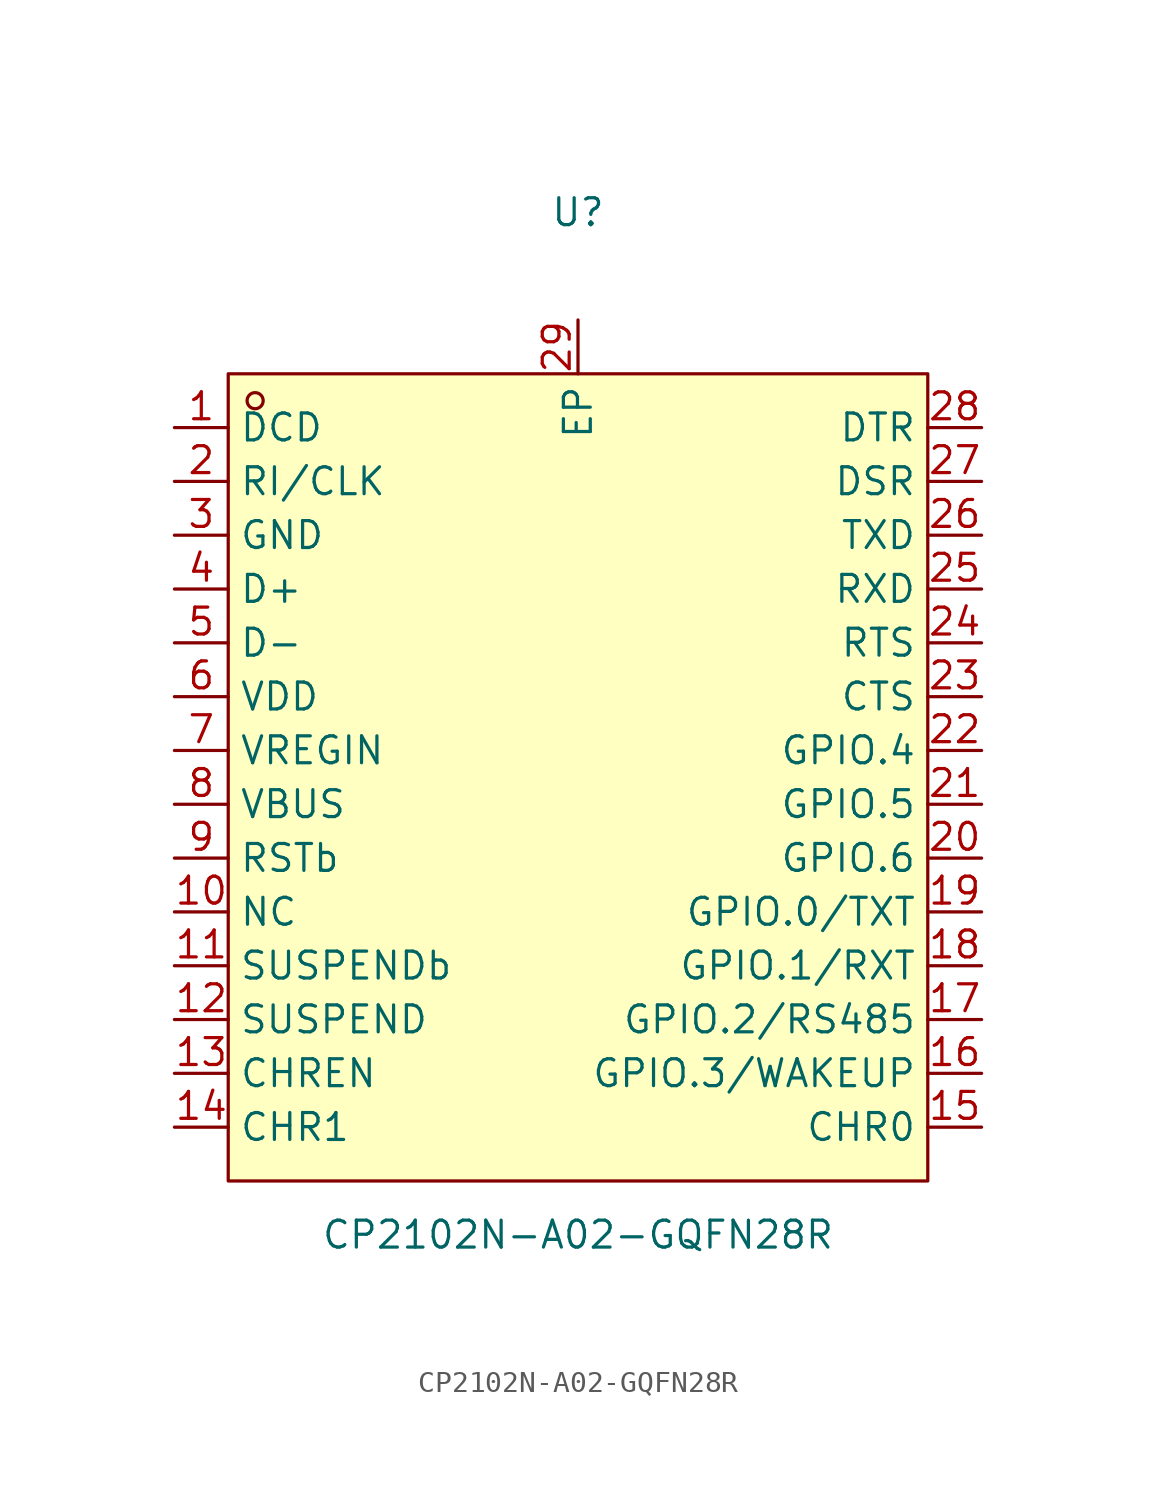
<source format=kicad_sym>
(kicad_symbol_lib
  (version 20211014)
  (generator https://github.com/uPesy/easyeda2kicad.py)
  (symbol "CP2102N-A02-GQFN28R"
    (property "Reference" "U"
      (at 0 26.67 0)
      (effects (font (size 1.27 1.27))))
    (property "Value" "CP2102N-A02-GQFN28R"
      (at 0 -21.59 0)
      (effects (font (size 1.27 1.27))))
    (symbol "CP2102N-A02-GQFN28R_0_1"
      (rectangle (start -16.51 19.05) (end 16.51 -19.05) (stroke (width 0) (type default) (color 0 0 0 0)) (fill (type background)))
      (circle (center -15.24 17.78) (radius 0.38) (stroke (width 0) (type default) (color 0 0 0 0)) (fill (type none)))
      (pin unspecified line (at -19.05 16.51 0) (length 2.54) (name "DCD" (effects (font (size 1.27 1.27)))) (number "1" (effects (font (size 1.27 1.27)))))
      (pin unspecified line (at -19.05 13.97 0) (length 2.54) (name "RI/CLK" (effects (font (size 1.27 1.27)))) (number "2" (effects (font (size 1.27 1.27)))))
      (pin unspecified line (at -19.05 11.43 0) (length 2.54) (name "GND" (effects (font (size 1.27 1.27)))) (number "3" (effects (font (size 1.27 1.27)))))
      (pin unspecified line (at -19.05 8.89 0) (length 2.54) (name "D+" (effects (font (size 1.27 1.27)))) (number "4" (effects (font (size 1.27 1.27)))))
      (pin unspecified line (at -19.05 6.35 0) (length 2.54) (name "D-" (effects (font (size 1.27 1.27)))) (number "5" (effects (font (size 1.27 1.27)))))
      (pin unspecified line (at -19.05 3.81 0) (length 2.54) (name "VDD" (effects (font (size 1.27 1.27)))) (number "6" (effects (font (size 1.27 1.27)))))
      (pin unspecified line (at -19.05 1.27 0) (length 2.54) (name "VREGIN" (effects (font (size 1.27 1.27)))) (number "7" (effects (font (size 1.27 1.27)))))
      (pin unspecified line (at -19.05 -1.27 0) (length 2.54) (name "VBUS" (effects (font (size 1.27 1.27)))) (number "8" (effects (font (size 1.27 1.27)))))
      (pin unspecified line (at -19.05 -3.81 0) (length 2.54) (name "RSTb" (effects (font (size 1.27 1.27)))) (number "9" (effects (font (size 1.27 1.27)))))
      (pin unspecified line (at -19.05 -6.35 0) (length 2.54) (name "NC" (effects (font (size 1.27 1.27)))) (number "10" (effects (font (size 1.27 1.27)))))
      (pin unspecified line (at -19.05 -8.89 0) (length 2.54) (name "SUSPENDb" (effects (font (size 1.27 1.27)))) (number "11" (effects (font (size 1.27 1.27)))))
      (pin unspecified line (at -19.05 -11.43 0) (length 2.54) (name "SUSPEND" (effects (font (size 1.27 1.27)))) (number "12" (effects (font (size 1.27 1.27)))))
      (pin unspecified line (at -19.05 -13.97 0) (length 2.54) (name "CHREN" (effects (font (size 1.27 1.27)))) (number "13" (effects (font (size 1.27 1.27)))))
      (pin unspecified line (at -19.05 -16.51 0) (length 2.54) (name "CHR1" (effects (font (size 1.27 1.27)))) (number "14" (effects (font (size 1.27 1.27)))))
      (pin unspecified line (at 19.05 -16.51 180) (length 2.54) (name "CHR0" (effects (font (size 1.27 1.27)))) (number "15" (effects (font (size 1.27 1.27)))))
      (pin unspecified line (at 19.05 -13.97 180) (length 2.54) (name "GPIO.3/WAKEUP" (effects (font (size 1.27 1.27)))) (number "16" (effects (font (size 1.27 1.27)))))
      (pin unspecified line (at 19.05 -11.43 180) (length 2.54) (name "GPIO.2/RS485" (effects (font (size 1.27 1.27)))) (number "17" (effects (font (size 1.27 1.27)))))
      (pin unspecified line (at 19.05 -8.89 180) (length 2.54) (name "GPIO.1/RXT" (effects (font (size 1.27 1.27)))) (number "18" (effects (font (size 1.27 1.27)))))
      (pin unspecified line (at 19.05 -6.35 180) (length 2.54) (name "GPIO.0/TXT" (effects (font (size 1.27 1.27)))) (number "19" (effects (font (size 1.27 1.27)))))
      (pin unspecified line (at 19.05 -3.81 180) (length 2.54) (name "GPIO.6" (effects (font (size 1.27 1.27)))) (number "20" (effects (font (size 1.27 1.27)))))
      (pin unspecified line (at 19.05 -1.27 180) (length 2.54) (name "GPIO.5" (effects (font (size 1.27 1.27)))) (number "21" (effects (font (size 1.27 1.27)))))
      (pin unspecified line (at 19.05 1.27 180) (length 2.54) (name "GPIO.4" (effects (font (size 1.27 1.27)))) (number "22" (effects (font (size 1.27 1.27)))))
      (pin unspecified line (at 19.05 3.81 180) (length 2.54) (name "CTS" (effects (font (size 1.27 1.27)))) (number "23" (effects (font (size 1.27 1.27)))))
      (pin unspecified line (at 19.05 6.35 180) (length 2.54) (name "RTS" (effects (font (size 1.27 1.27)))) (number "24" (effects (font (size 1.27 1.27)))))
      (pin unspecified line (at 19.05 8.89 180) (length 2.54) (name "RXD" (effects (font (size 1.27 1.27)))) (number "25" (effects (font (size 1.27 1.27)))))
      (pin unspecified line (at 19.05 11.43 180) (length 2.54) (name "TXD" (effects (font (size 1.27 1.27)))) (number "26" (effects (font (size 1.27 1.27)))))
      (pin unspecified line (at 19.05 13.97 180) (length 2.54) (name "DSR" (effects (font (size 1.27 1.27)))) (number "27" (effects (font (size 1.27 1.27)))))
      (pin unspecified line (at 19.05 16.51 180) (length 2.54) (name "DTR" (effects (font (size 1.27 1.27)))) (number "28" (effects (font (size 1.27 1.27)))))
      (pin unspecified line (at 0.00 21.59 270) (length 2.54) (name "EP" (effects (font (size 1.27 1.27)))) (number "29" (effects (font (size 1.27 1.27))))))))
</source>
